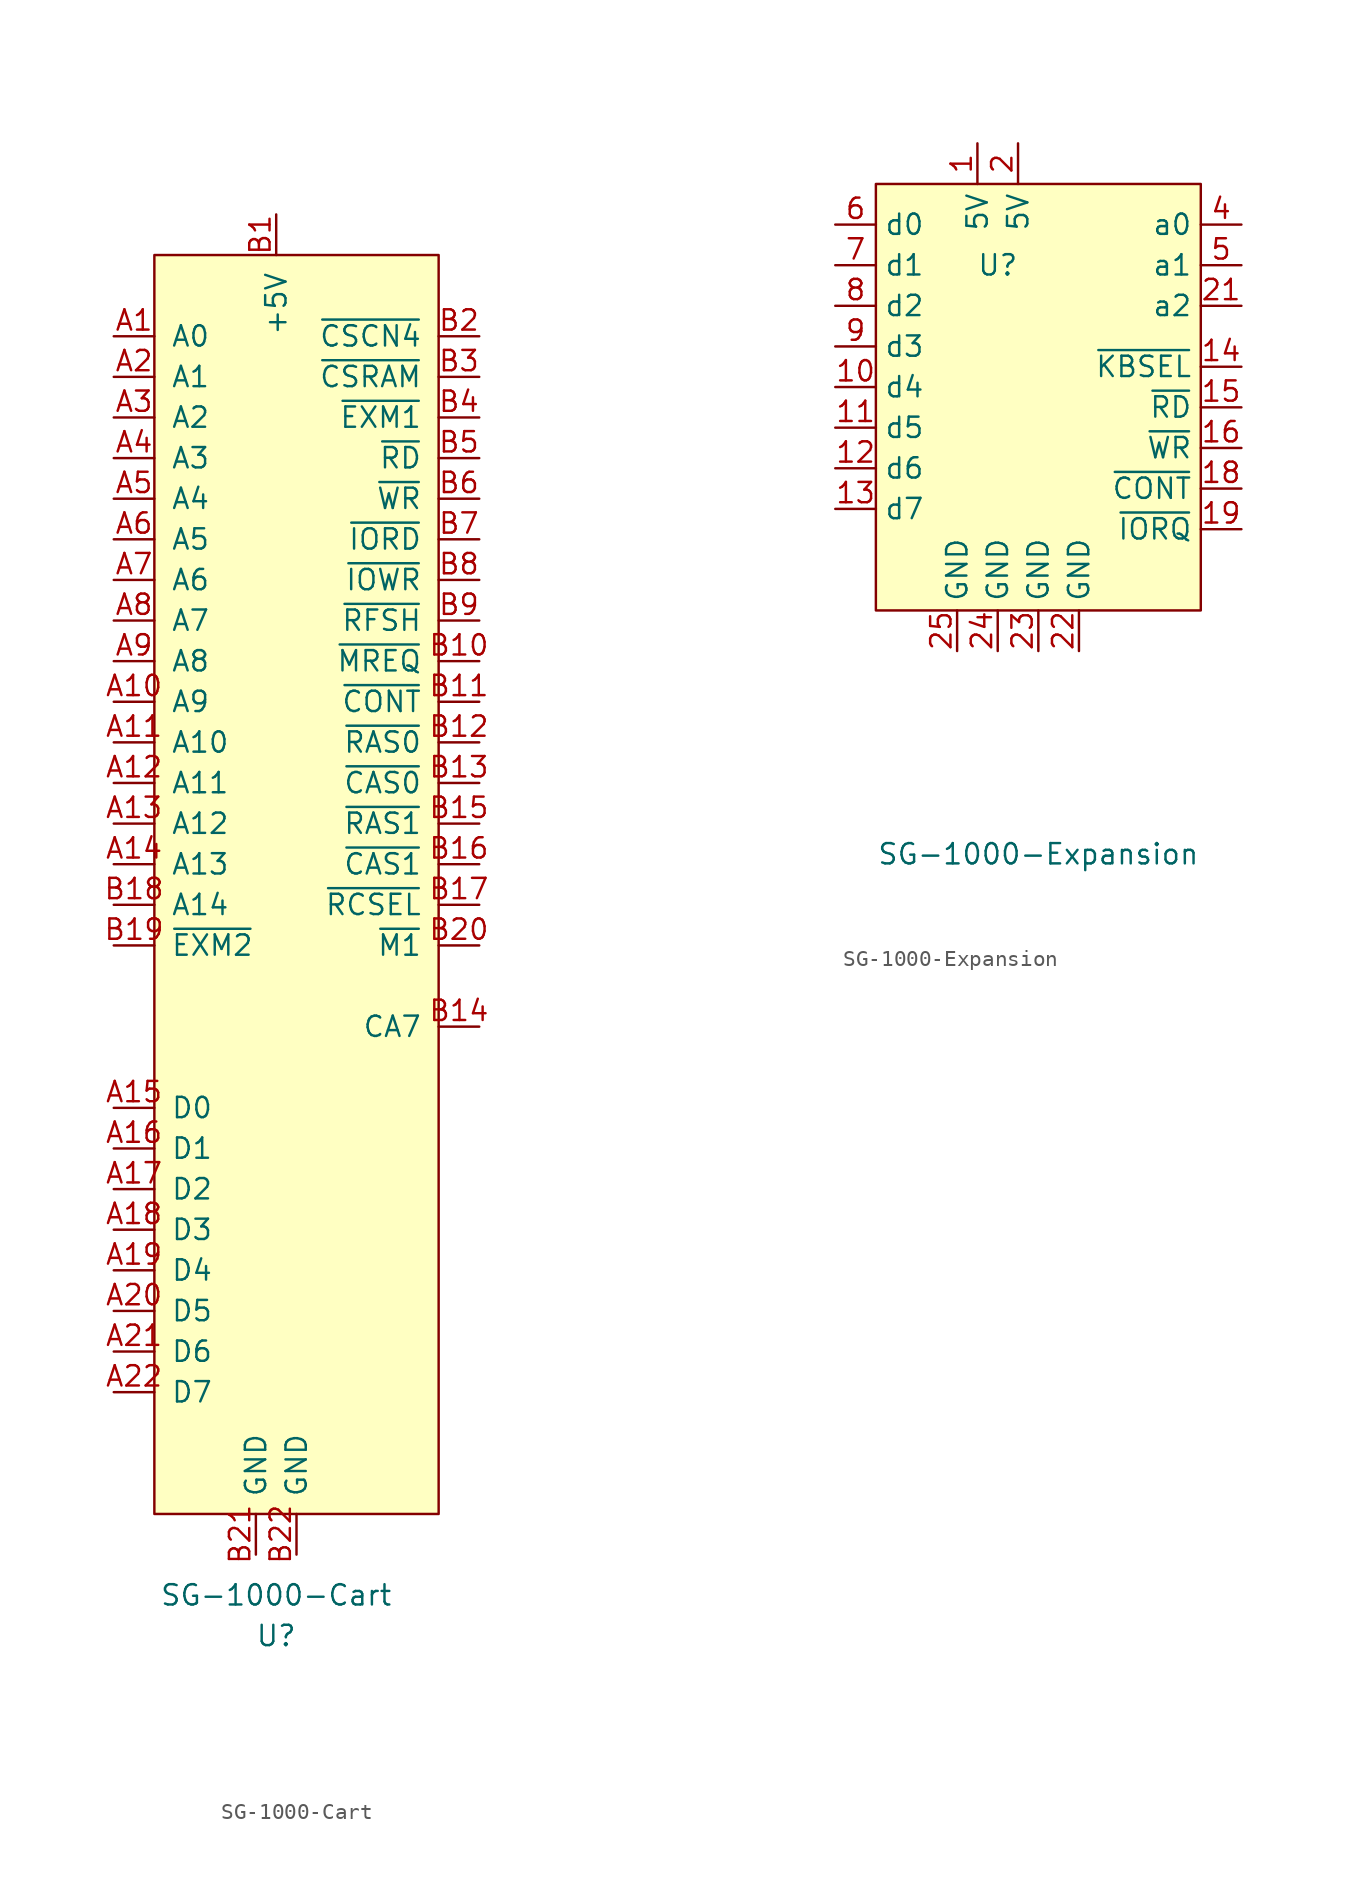
<source format=kicad_sym>
(kicad_symbol_lib
  (version 20211014)
  (generator kicad_symbol_editor)
  (symbol "SG-1000-Cart"
    (pin_names
      (offset 1.016))
    (property "Reference" "U"
      (at 0 -72.39 0)
      (effects (font (size 1.27 1.27))))
    (property "Value" "SG-1000-Cart"
      (at 0 -69.85 0)
      (effects (font (size 1.27 1.27))))
    (symbol "SG-1000-Cart_0_1"
      (rectangle (start -7.62 13.97) (end 10.16 -64.77) (stroke (width 0) (type default) (color 0 0 0 0)) (fill (type background))))
    (symbol "SG-1000-Cart_1_1"
      (pin input line (at -10.16 8.89 0) (length 2.54) (name "A0" (effects (font (size 1.27 1.27)))) (number "A1" (effects (font (size 1.27 1.27)))))
      (pin input line (at -10.16 -13.97 0) (length 2.54) (name "A9" (effects (font (size 1.27 1.27)))) (number "A10" (effects (font (size 1.27 1.27)))))
      (pin input line (at -10.16 -16.51 0) (length 2.54) (name "A10" (effects (font (size 1.27 1.27)))) (number "A11" (effects (font (size 1.27 1.27)))))
      (pin input line (at -10.16 -19.05 0) (length 2.54) (name "A11" (effects (font (size 1.27 1.27)))) (number "A12" (effects (font (size 1.27 1.27)))))
      (pin input line (at -10.16 -21.59 0) (length 2.54) (name "A12" (effects (font (size 1.27 1.27)))) (number "A13" (effects (font (size 1.27 1.27)))))
      (pin input line (at -10.16 -24.13 0) (length 2.54) (name "A13" (effects (font (size 1.27 1.27)))) (number "A14" (effects (font (size 1.27 1.27)))))
      (pin bidirectional line (at -10.16 -39.37 0) (length 2.54) (name "D0" (effects (font (size 1.27 1.27)))) (number "A15" (effects (font (size 1.27 1.27)))))
      (pin bidirectional line (at -10.16 -41.91 0) (length 2.54) (name "D1" (effects (font (size 1.27 1.27)))) (number "A16" (effects (font (size 1.27 1.27)))))
      (pin bidirectional line (at -10.16 -44.45 0) (length 2.54) (name "D2" (effects (font (size 1.27 1.27)))) (number "A17" (effects (font (size 1.27 1.27)))))
      (pin bidirectional line (at -10.16 -46.99 0) (length 2.54) (name "D3" (effects (font (size 1.27 1.27)))) (number "A18" (effects (font (size 1.27 1.27)))))
      (pin bidirectional line (at -10.16 -49.53 0) (length 2.54) (name "D4" (effects (font (size 1.27 1.27)))) (number "A19" (effects (font (size 1.27 1.27)))))
      (pin input line (at -10.16 6.35 0) (length 2.54) (name "A1" (effects (font (size 1.27 1.27)))) (number "A2" (effects (font (size 1.27 1.27)))))
      (pin bidirectional line (at -10.16 -52.07 0) (length 2.54) (name "D5" (effects (font (size 1.27 1.27)))) (number "A20" (effects (font (size 1.27 1.27)))))
      (pin bidirectional line (at -10.16 -54.61 0) (length 2.54) (name "D6" (effects (font (size 1.27 1.27)))) (number "A21" (effects (font (size 1.27 1.27)))))
      (pin bidirectional line (at -10.16 -57.15 0) (length 2.54) (name "D7" (effects (font (size 1.27 1.27)))) (number "A22" (effects (font (size 1.27 1.27)))))
      (pin input line (at -10.16 3.81 0) (length 2.54) (name "A2" (effects (font (size 1.27 1.27)))) (number "A3" (effects (font (size 1.27 1.27)))))
      (pin input line (at -10.16 1.27 0) (length 2.54) (name "A3" (effects (font (size 1.27 1.27)))) (number "A4" (effects (font (size 1.27 1.27)))))
      (pin input line (at -10.16 -1.27 0) (length 2.54) (name "A4" (effects (font (size 1.27 1.27)))) (number "A5" (effects (font (size 1.27 1.27)))))
      (pin input line (at -10.16 -3.81 0) (length 2.54) (name "A5" (effects (font (size 1.27 1.27)))) (number "A6" (effects (font (size 1.27 1.27)))))
      (pin input line (at -10.16 -6.35 0) (length 2.54) (name "A6" (effects (font (size 1.27 1.27)))) (number "A7" (effects (font (size 1.27 1.27)))))
      (pin input line (at -10.16 -8.89 0) (length 2.54) (name "A7" (effects (font (size 1.27 1.27)))) (number "A8" (effects (font (size 1.27 1.27)))))
      (pin input line (at -10.16 -11.43 0) (length 2.54) (name "A8" (effects (font (size 1.27 1.27)))) (number "A9" (effects (font (size 1.27 1.27)))))
      (pin power_in line (at 0 16.51 270) (length 2.54) (name "+5V" (effects (font (size 1.27 1.27)))) (number "B1" (effects (font (size 1.27 1.27)))))
      (pin input line (at 12.7 -11.43 180) (length 2.54) (name "~{MREQ}" (effects (font (size 1.27 1.27)))) (number "B10" (effects (font (size 1.27 1.27)))))
      (pin input line (at 12.7 -13.97 180) (length 2.54) (name "~{CONT}" (effects (font (size 1.27 1.27)))) (number "B11" (effects (font (size 1.27 1.27)))))
      (pin input line (at 12.7 -16.51 180) (length 2.54) (name "~{RAS0}" (effects (font (size 1.27 1.27)))) (number "B12" (effects (font (size 1.27 1.27)))))
      (pin input line (at 12.7 -19.05 180) (length 2.54) (name "~{CAS0}" (effects (font (size 1.27 1.27)))) (number "B13" (effects (font (size 1.27 1.27)))))
      (pin input line (at 12.7 -34.29 180) (length 2.54) (name "CA7" (effects (font (size 1.27 1.27)))) (number "B14" (effects (font (size 1.27 1.27)))))
      (pin input line (at 12.7 -21.59 180) (length 2.54) (name "~{RAS1}" (effects (font (size 1.27 1.27)))) (number "B15" (effects (font (size 1.27 1.27)))))
      (pin input line (at 12.7 -24.13 180) (length 2.54) (name "~{CAS1}" (effects (font (size 1.27 1.27)))) (number "B16" (effects (font (size 1.27 1.27)))))
      (pin input line (at 12.7 -26.67 180) (length 2.54) (name "~{RCSEL}" (effects (font (size 1.27 1.27)))) (number "B17" (effects (font (size 1.27 1.27)))))
      (pin input line (at -10.16 -26.67 0) (length 2.54) (name "A14" (effects (font (size 1.27 1.27)))) (number "B18" (effects (font (size 1.27 1.27)))))
      (pin input line (at -10.16 -29.21 0) (length 2.54) (name "~{EXM2}" (effects (font (size 1.27 1.27)))) (number "B19" (effects (font (size 1.27 1.27)))))
      (pin input line (at 12.7 8.89 180) (length 2.54) (name "~{CSCN4}" (effects (font (size 1.27 1.27)))) (number "B2" (effects (font (size 1.27 1.27)))))
      (pin input line (at 12.7 -29.21 180) (length 2.54) (name "~{M1}" (effects (font (size 1.27 1.27)))) (number "B20" (effects (font (size 1.27 1.27)))))
      (pin power_in line (at -1.27 -67.31 90) (length 2.54) (name "GND" (effects (font (size 1.27 1.27)))) (number "B21" (effects (font (size 1.27 1.27)))))
      (pin power_in line (at 1.27 -67.31 90) (length 2.54) (name "GND" (effects (font (size 1.27 1.27)))) (number "B22" (effects (font (size 1.27 1.27)))))
      (pin input line (at 12.7 6.35 180) (length 2.54) (name "~{CSRAM}" (effects (font (size 1.27 1.27)))) (number "B3" (effects (font (size 1.27 1.27)))))
      (pin input line (at 12.7 3.81 180) (length 2.54) (name "~{EXM1}" (effects (font (size 1.27 1.27)))) (number "B4" (effects (font (size 1.27 1.27)))))
      (pin input line (at 12.7 1.27 180) (length 2.54) (name "~{RD}" (effects (font (size 1.27 1.27)))) (number "B5" (effects (font (size 1.27 1.27)))))
      (pin input line (at 12.7 -1.27 180) (length 2.54) (name "~{WR}" (effects (font (size 1.27 1.27)))) (number "B6" (effects (font (size 1.27 1.27)))))
      (pin input line (at 12.7 -3.81 180) (length 2.54) (name "~{IORD}" (effects (font (size 1.27 1.27)))) (number "B7" (effects (font (size 1.27 1.27)))))
      (pin input line (at 12.7 -6.35 180) (length 2.54) (name "~{IOWR}" (effects (font (size 1.27 1.27)))) (number "B8" (effects (font (size 1.27 1.27)))))
      (pin input line (at 12.7 -8.89 180) (length 2.54) (name "~{RFSH}" (effects (font (size 1.27 1.27)))) (number "B9" (effects (font (size 1.27 1.27)))))))
  (symbol "SG-1000-Expansion"
    (property "Reference" "U"
      (at -2.54 11.43 0)
      (effects (font (size 1.27 1.27))))
    (property "Value" "SG-1000-Expansion"
      (at 0 -25.4 0)
      (effects (font (size 1.27 1.27))))
    (symbol "SG-1000-Expansion_0_1"
      (rectangle (start 10.16 16.51) (end -10.16 -10.16) (stroke (width 0) (type default) (color 0 0 0 0)) (fill (type background))))
    (symbol "SG-1000-Expansion_1_1"
      (pin power_in line (at -3.81 19.05 270) (length 2.54) (name "5V" (effects (font (size 1.27 1.27)))) (number "1" (effects (font (size 1.27 1.27)))))
      (pin input line (at -12.7 3.81 0) (length 2.54) (name "d4" (effects (font (size 1.27 1.27)))) (number "10" (effects (font (size 1.27 1.27)))))
      (pin input line (at -12.7 1.27 0) (length 2.54) (name "d5" (effects (font (size 1.27 1.27)))) (number "11" (effects (font (size 1.27 1.27)))))
      (pin input line (at -12.7 -1.27 0) (length 2.54) (name "d6" (effects (font (size 1.27 1.27)))) (number "12" (effects (font (size 1.27 1.27)))))
      (pin input line (at -12.7 -3.81 0) (length 2.54) (name "d7" (effects (font (size 1.27 1.27)))) (number "13" (effects (font (size 1.27 1.27)))))
      (pin input line (at 12.7 5.08 180) (length 2.54) (name "~{KBSEL}" (effects (font (size 1.27 1.27)))) (number "14" (effects (font (size 1.27 1.27)))))
      (pin input line (at 12.7 2.54 180) (length 2.54) (name "~{RD}" (effects (font (size 1.27 1.27)))) (number "15" (effects (font (size 1.27 1.27)))))
      (pin input line (at 12.7 0 180) (length 2.54) (name "~{WR}" (effects (font (size 1.27 1.27)))) (number "16" (effects (font (size 1.27 1.27)))))
      (pin no_connect line (at -24.13 -8.89 0) (length 2.54) hide (name "Key" (effects (font (size 1.27 1.27)))) (number "17" (effects (font (size 1.27 1.27)))))
      (pin input line (at 12.7 -2.54 180) (length 2.54) (name "~{CONT}" (effects (font (size 1.27 1.27)))) (number "18" (effects (font (size 1.27 1.27)))))
      (pin input line (at 12.7 -5.08 180) (length 2.54) (name "~{IORQ}" (effects (font (size 1.27 1.27)))) (number "19" (effects (font (size 1.27 1.27)))))
      (pin power_in line (at -1.27 19.05 270) (length 2.54) (name "5V" (effects (font (size 1.27 1.27)))) (number "2" (effects (font (size 1.27 1.27)))))
      (pin no_connect line (at -24.13 -11.43 0) (length 2.54) hide (name "N/C" (effects (font (size 1.27 1.27)))) (number "20" (effects (font (size 1.27 1.27)))))
      (pin bidirectional line (at 12.7 8.89 180) (length 2.54) (name "a2" (effects (font (size 1.27 1.27)))) (number "21" (effects (font (size 1.27 1.27)))))
      (pin power_in line (at 2.54 -12.7 90) (length 2.54) (name "GND" (effects (font (size 1.27 1.27)))) (number "22" (effects (font (size 1.27 1.27)))))
      (pin power_in line (at 0 -12.7 90) (length 2.54) (name "GND" (effects (font (size 1.27 1.27)))) (number "23" (effects (font (size 1.27 1.27)))))
      (pin power_in line (at -2.54 -12.7 90) (length 2.54) (name "GND" (effects (font (size 1.27 1.27)))) (number "24" (effects (font (size 1.27 1.27)))))
      (pin power_in line (at -5.08 -12.7 90) (length 2.54) (name "GND" (effects (font (size 1.27 1.27)))) (number "25" (effects (font (size 1.27 1.27)))))
      (pin no_connect line (at -24.13 -6.35 0) (length 2.54) hide (name "N/C" (effects (font (size 1.27 1.27)))) (number "3" (effects (font (size 1.27 1.27)))))
      (pin bidirectional line (at 12.7 13.97 180) (length 2.54) (name "a0" (effects (font (size 1.27 1.27)))) (number "4" (effects (font (size 1.27 1.27)))))
      (pin bidirectional line (at 12.7 11.43 180) (length 2.54) (name "a1" (effects (font (size 1.27 1.27)))) (number "5" (effects (font (size 1.27 1.27)))))
      (pin input line (at -12.7 13.97 0) (length 2.54) (name "d0" (effects (font (size 1.27 1.27)))) (number "6" (effects (font (size 1.27 1.27)))))
      (pin input line (at -12.7 11.43 0) (length 2.54) (name "d1" (effects (font (size 1.27 1.27)))) (number "7" (effects (font (size 1.27 1.27)))))
      (pin input line (at -12.7 8.89 0) (length 2.54) (name "d2" (effects (font (size 1.27 1.27)))) (number "8" (effects (font (size 1.27 1.27)))))
      (pin input line (at -12.7 6.35 0) (length 2.54) (name "d3" (effects (font (size 1.27 1.27)))) (number "9" (effects (font (size 1.27 1.27))))))))
</source>
